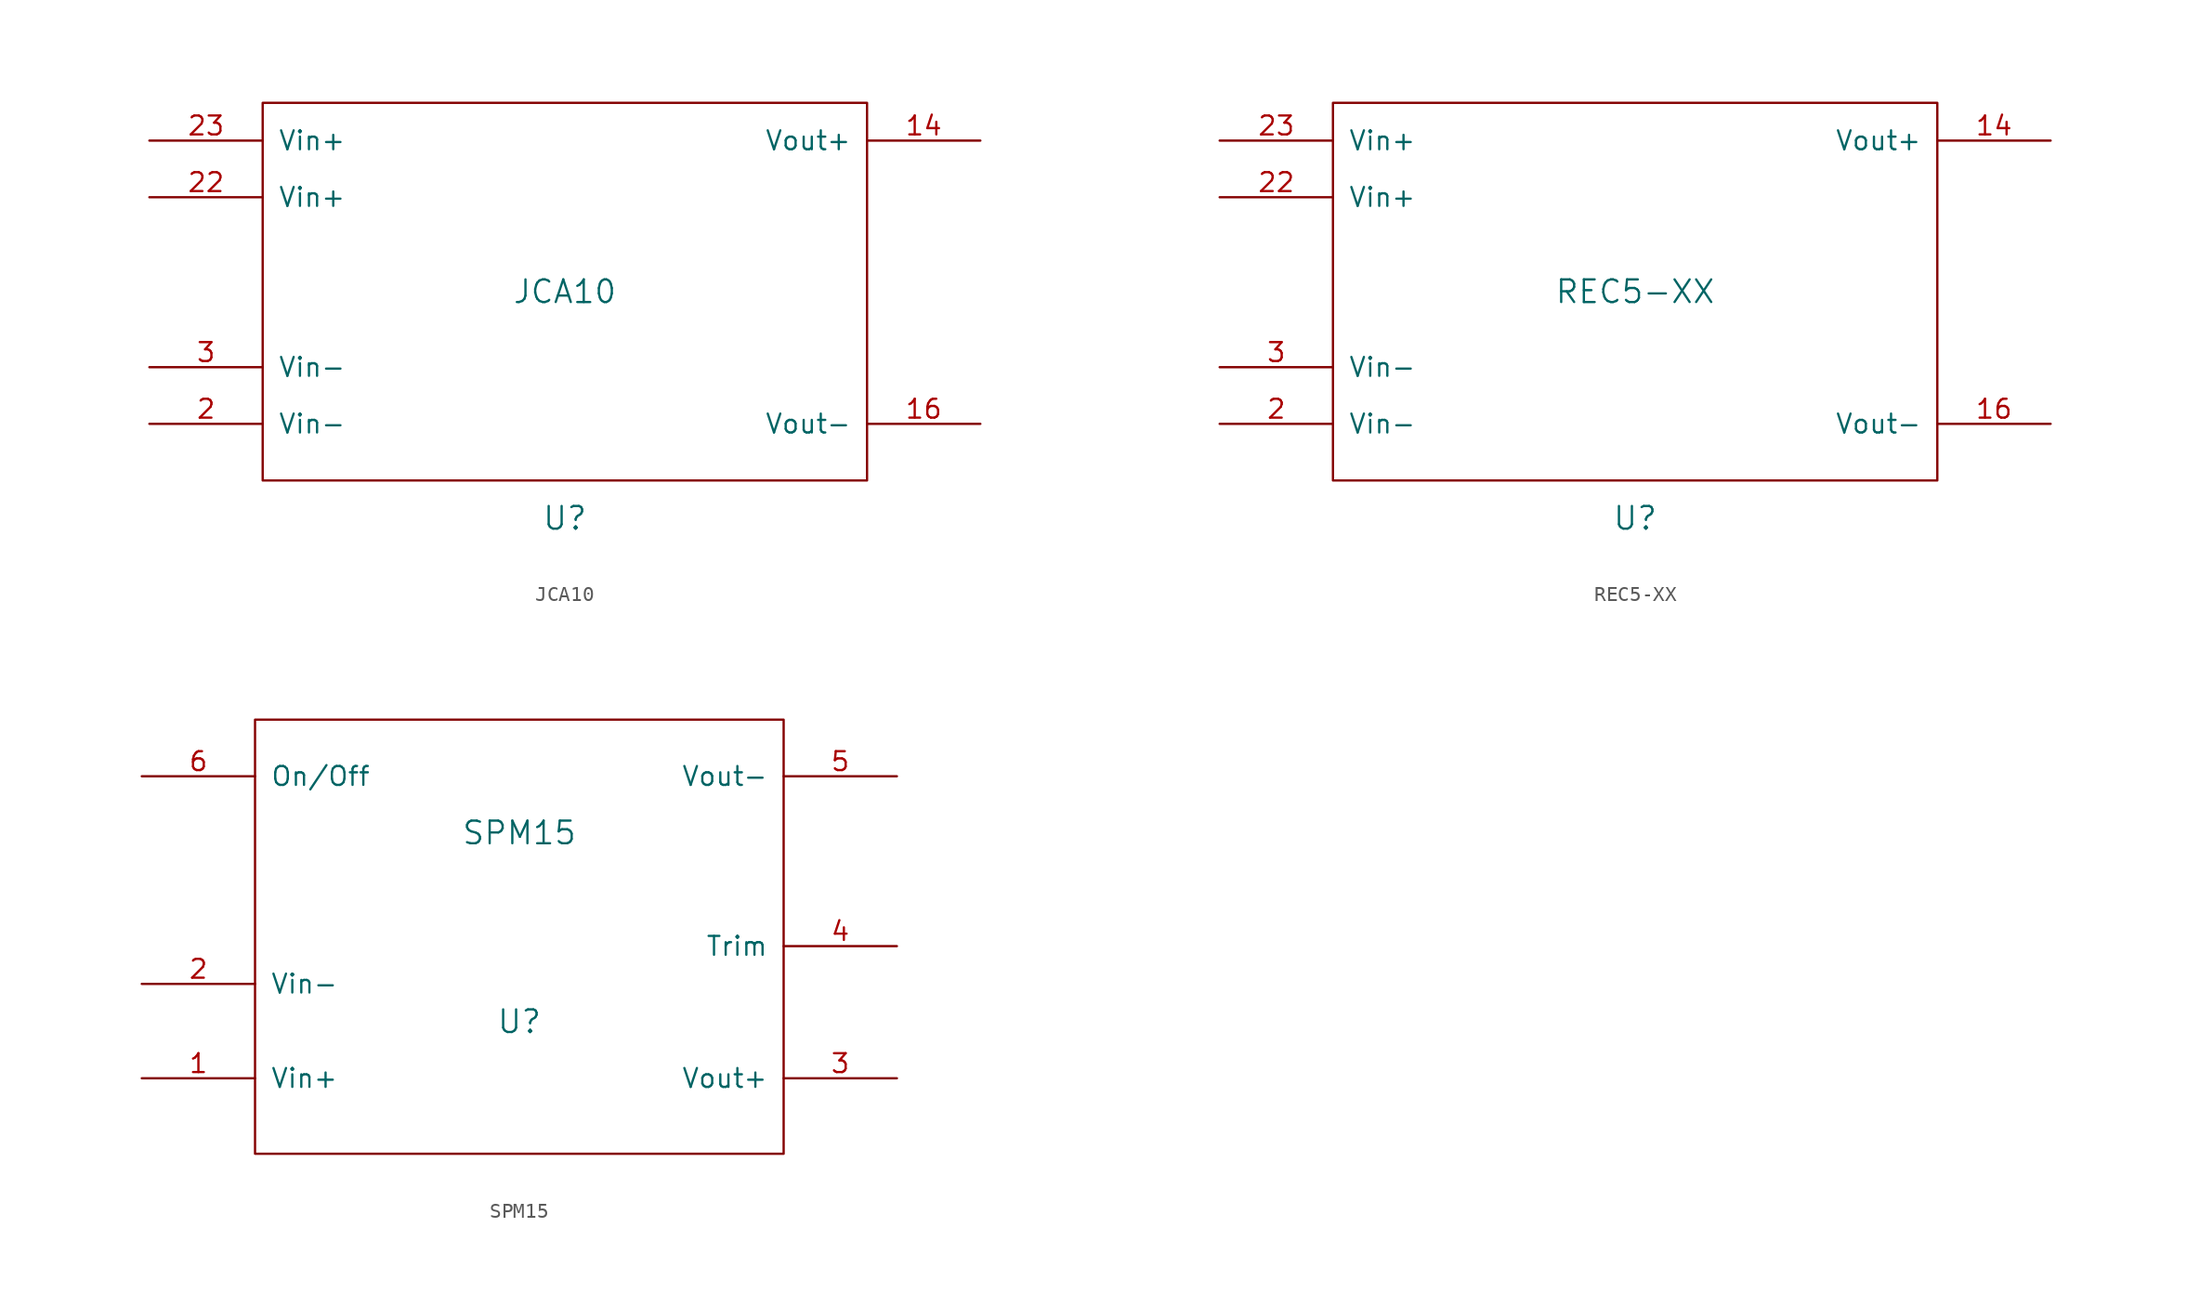
<source format=kicad_sym>
(kicad_symbol_lib
  (version 20211014)
  (generator kicad_symbol_editor)
  (symbol "JCA10"
    (pin_names
      (offset 1.016))
    (property "Reference" "U"
      (at 0 -15.24 0)
      (effects (font (size 1.524 1.524))))
    (property "Value" "JCA10"
      (at 0 0 0)
      (effects (font (size 1.524 1.524))))
    (property "Footprint" ""
      (at 0 0 0)
      (effects (font (size 1.524 1.524))))
    (property "Datasheet" ""
      (at 0 0 0)
      (effects (font (size 1.524 1.524))))
    (symbol "JCA10_0_1"
      (rectangle (start -20.32 12.7) (end 20.32 -12.7) (stroke (width 0) (type default) (color 0 0 0 0)) (fill (type none))))
    (symbol "JCA10_1_1"
      (pin input line (at 27.94 10.16 180) (length 7.62) (name "Vout+" (effects (font (size 1.27 1.27)))) (number "14" (effects (font (size 1.27 1.27)))))
      (pin input line (at 27.94 -8.89 180) (length 7.62) (name "Vout-" (effects (font (size 1.27 1.27)))) (number "16" (effects (font (size 1.27 1.27)))))
      (pin input line (at -27.94 -8.89 0) (length 7.62) (name "Vin-" (effects (font (size 1.27 1.27)))) (number "2" (effects (font (size 1.27 1.27)))))
      (pin input line (at -27.94 6.35 0) (length 7.62) (name "Vin+" (effects (font (size 1.27 1.27)))) (number "22" (effects (font (size 1.27 1.27)))))
      (pin input line (at -27.94 10.16 0) (length 7.62) (name "Vin+" (effects (font (size 1.27 1.27)))) (number "23" (effects (font (size 1.27 1.27)))))
      (pin input line (at -27.94 -5.08 0) (length 7.62) (name "Vin-" (effects (font (size 1.27 1.27)))) (number "3" (effects (font (size 1.27 1.27)))))))
  (symbol "REC5-XX"
    (pin_names
      (offset 1.016))
    (property "Reference" "U"
      (at 0 -15.24 0)
      (effects (font (size 1.524 1.524))))
    (property "Value" "REC5-XX"
      (at 0 0 0)
      (effects (font (size 1.524 1.524))))
    (property "Footprint" ""
      (at 0 0 0)
      (effects (font (size 1.524 1.524))))
    (property "Datasheet" ""
      (at 0 0 0)
      (effects (font (size 1.524 1.524))))
    (symbol "REC5-XX_0_1"
      (rectangle (start -20.32 12.7) (end 20.32 -12.7) (stroke (width 0) (type default) (color 0 0 0 0)) (fill (type none))))
    (symbol "REC5-XX_1_1"
      (pin input line (at 27.94 10.16 180) (length 7.62) (name "Vout+" (effects (font (size 1.27 1.27)))) (number "14" (effects (font (size 1.27 1.27)))))
      (pin input line (at 27.94 -8.89 180) (length 7.62) (name "Vout-" (effects (font (size 1.27 1.27)))) (number "16" (effects (font (size 1.27 1.27)))))
      (pin input line (at -27.94 -8.89 0) (length 7.62) (name "Vin-" (effects (font (size 1.27 1.27)))) (number "2" (effects (font (size 1.27 1.27)))))
      (pin input line (at -27.94 6.35 0) (length 7.62) (name "Vin+" (effects (font (size 1.27 1.27)))) (number "22" (effects (font (size 1.27 1.27)))))
      (pin input line (at -27.94 10.16 0) (length 7.62) (name "Vin+" (effects (font (size 1.27 1.27)))) (number "23" (effects (font (size 1.27 1.27)))))
      (pin input line (at -27.94 -5.08 0) (length 7.62) (name "Vin-" (effects (font (size 1.27 1.27)))) (number "3" (effects (font (size 1.27 1.27)))))))
  (symbol "SPM15"
    (pin_names
      (offset 1.016))
    (property "Reference" "U"
      (at 0 -5.08 0)
      (effects (font (size 1.524 1.524))))
    (property "Value" "SPM15"
      (at 0 7.62 0)
      (effects (font (size 1.524 1.524))))
    (property "Footprint" ""
      (at 0 0 0)
      (effects (font (size 1.524 1.524))))
    (property "Datasheet" ""
      (at 0 0 0)
      (effects (font (size 1.524 1.524))))
    (symbol "SPM15_0_1"
      (rectangle (start -17.78 15.24) (end 17.78 -13.97) (stroke (width 0) (type default) (color 0 0 0 0)) (fill (type none))))
    (symbol "SPM15_1_1"
      (pin bidirectional line (at -25.4 -8.89 0) (length 7.62) (name "Vin+" (effects (font (size 1.27 1.27)))) (number "1" (effects (font (size 1.27 1.27)))))
      (pin bidirectional line (at -25.4 -2.54 0) (length 7.62) (name "Vin-" (effects (font (size 1.27 1.27)))) (number "2" (effects (font (size 1.27 1.27)))))
      (pin power_out line (at 25.4 -8.89 180) (length 7.62) (name "Vout+" (effects (font (size 1.27 1.27)))) (number "3" (effects (font (size 1.27 1.27)))))
      (pin bidirectional line (at 25.4 0 180) (length 7.62) (name "Trim" (effects (font (size 1.27 1.27)))) (number "4" (effects (font (size 1.27 1.27)))))
      (pin bidirectional line (at 25.4 11.43 180) (length 7.62) (name "Vout-" (effects (font (size 1.27 1.27)))) (number "5" (effects (font (size 1.27 1.27)))))
      (pin bidirectional line (at -25.4 11.43 0) (length 7.62) (name "On/Off" (effects (font (size 1.27 1.27)))) (number "6" (effects (font (size 1.27 1.27))))))))
</source>
